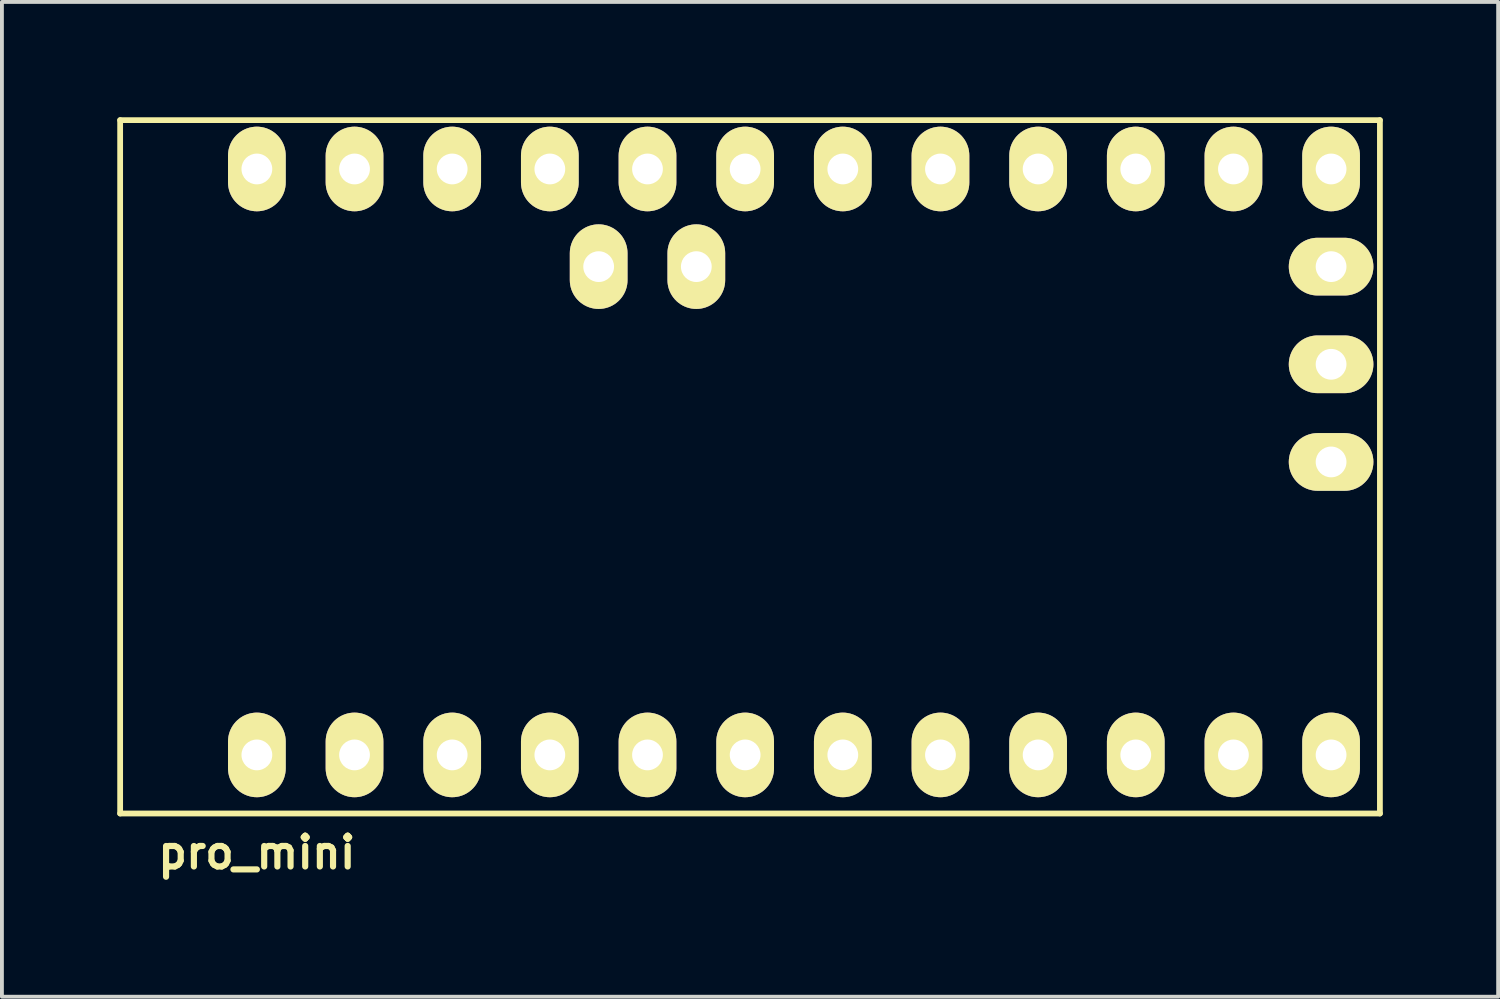
<source format=kicad_pcb>
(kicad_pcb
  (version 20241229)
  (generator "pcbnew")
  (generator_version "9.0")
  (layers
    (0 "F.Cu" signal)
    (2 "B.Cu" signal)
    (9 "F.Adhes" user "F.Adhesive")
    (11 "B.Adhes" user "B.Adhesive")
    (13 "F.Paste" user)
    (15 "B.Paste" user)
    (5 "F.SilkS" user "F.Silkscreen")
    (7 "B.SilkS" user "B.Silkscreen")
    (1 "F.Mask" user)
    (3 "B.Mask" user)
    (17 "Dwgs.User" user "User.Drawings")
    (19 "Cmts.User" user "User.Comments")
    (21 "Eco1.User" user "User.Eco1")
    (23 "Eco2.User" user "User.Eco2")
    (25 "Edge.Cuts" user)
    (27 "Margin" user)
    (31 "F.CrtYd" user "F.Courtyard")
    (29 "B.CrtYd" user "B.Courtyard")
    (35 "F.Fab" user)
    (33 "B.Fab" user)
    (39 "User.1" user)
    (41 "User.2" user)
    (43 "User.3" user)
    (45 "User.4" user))
  (footprint "pro_mini"
    (layer "F.Cu")
    (at 17.601 8.965)
    (property "Reference" "pro_mini" (at -13.97 10.16 0) (layer "F.SilkS") (effects (font (size 0.8 0.8) (thickness 0.16))))
    (attr through_hole)
    (fp_line (start -17.526 -8.89) (end -17.526 9.144) (stroke (width 0.15) (type solid)) (layer "F.SilkS"))
    (fp_line (start -17.526 -8.89) (end 15.24 -8.89) (stroke (width 0.15) (type solid)) (layer "F.SilkS"))
    (fp_line (start 15.24 9.144) (end -17.526 9.144) (stroke (width 0.15) (type solid)) (layer "F.SilkS"))
    (fp_line (start 15.24 9.144) (end 15.24 -8.89) (stroke (width 0.15) (type solid)) (layer "F.SilkS"))
    (pad "1" thru_hole oval (at -13.97 7.62) (size 1.501 2.2) (drill 0.8) (layers "*.Cu" "*.Mask" "F.SilkS"))
    (pad "2" thru_hole oval (at -11.43 7.62) (size 1.501 2.2) (drill 0.8) (layers "*.Cu" "*.Mask" "F.SilkS"))
    (pad "3" thru_hole oval (at -8.89 7.62) (size 1.501 2.2) (drill 0.8) (layers "*.Cu" "*.Mask" "F.SilkS"))
    (pad "4" thru_hole oval (at -6.35 7.62) (size 1.501 2.2) (drill 0.8) (layers "*.Cu" "*.Mask" "F.SilkS"))
    (pad "5" thru_hole oval (at -3.81 7.62) (size 1.501 2.2) (drill 0.8) (layers "*.Cu" "*.Mask" "F.SilkS"))
    (pad "6" thru_hole oval (at -1.27 7.62) (size 1.501 2.2) (drill 0.8) (layers "*.Cu" "*.Mask" "F.SilkS"))
    (pad "7" thru_hole oval (at 1.27 7.62) (size 1.501 2.2) (drill 0.8) (layers "*.Cu" "*.Mask" "F.SilkS"))
    (pad "8" thru_hole oval (at 3.81 7.62) (size 1.501 2.2) (drill 0.8) (layers "*.Cu" "*.Mask" "F.SilkS"))
    (pad "9" thru_hole oval (at 6.35 7.62) (size 1.501 2.2) (drill 0.8) (layers "*.Cu" "*.Mask" "F.SilkS"))
    (pad "10" thru_hole oval (at 8.89 7.62) (size 1.501 2.2) (drill 0.8) (layers "*.Cu" "*.Mask" "F.SilkS"))
    (pad "11" thru_hole oval (at 11.43 7.62) (size 1.501 2.2) (drill 0.8) (layers "*.Cu" "*.Mask" "F.SilkS"))
    (pad "12" thru_hole oval (at 13.97 7.62) (size 1.501 2.2) (drill 0.8) (layers "*.Cu" "*.Mask" "F.SilkS"))
    (pad "13" thru_hole oval (at 13.97 -7.62) (size 1.501 2.2) (drill 0.8) (layers "*.Cu" "*.Mask" "F.SilkS"))
    (pad "14" thru_hole oval (at 11.43 -7.62) (size 1.501 2.2) (drill 0.8) (layers "*.Cu" "*.Mask" "F.SilkS"))
    (pad "15" thru_hole oval (at 8.89 -7.62) (size 1.501 2.2) (drill 0.8) (layers "*.Cu" "*.Mask" "F.SilkS"))
    (pad "16" thru_hole oval (at 6.35 -7.62) (size 1.501 2.2) (drill 0.8) (layers "*.Cu" "*.Mask" "F.SilkS"))
    (pad "17" thru_hole oval (at 3.81 -7.62) (size 1.501 2.2) (drill 0.8) (layers "*.Cu" "*.Mask" "F.SilkS"))
    (pad "18" thru_hole oval (at 1.27 -7.62) (size 1.501 2.2) (drill 0.8) (layers "*.Cu" "*.Mask" "F.SilkS"))
    (pad "19" thru_hole oval (at -1.27 -7.62) (size 1.501 2.2) (drill 0.8) (layers "*.Cu" "*.Mask" "F.SilkS"))
    (pad "20" thru_hole oval (at -3.81 -7.62) (size 1.501 2.2) (drill 0.8) (layers "*.Cu" "*.Mask" "F.SilkS"))
    (pad "21" thru_hole oval (at -6.35 -7.62) (size 1.501 2.2) (drill 0.8) (layers "*.Cu" "*.Mask" "F.SilkS"))
    (pad "22" thru_hole oval (at -8.89 -7.62) (size 1.501 2.2) (drill 0.8) (layers "*.Cu" "*.Mask" "F.SilkS"))
    (pad "23" thru_hole oval (at -11.43 -7.62) (size 1.501 2.2) (drill 0.8) (layers "*.Cu" "*.Mask" "F.SilkS"))
    (pad "24" thru_hole oval (at -13.97 -7.62) (size 1.501 2.2) (drill 0.8) (layers "*.Cu" "*.Mask" "F.SilkS"))
    (pad "25" thru_hole oval (at -2.54 -5.08) (size 1.501 2.2) (drill 0.8) (layers "*.Cu" "*.Mask" "F.SilkS"))
    (pad "26" thru_hole oval (at -5.08 -5.08) (size 1.501 2.2) (drill 0.8) (layers "*.Cu" "*.Mask" "F.SilkS"))
    (pad "27" thru_hole oval (at 13.97 -5.08) (size 2.2 1.501) (drill 0.8) (layers "*.Cu" "*.Mask" "F.SilkS"))
    (pad "28" thru_hole oval (at 13.97 -2.54) (size 2.2 1.501) (drill 0.8) (layers "*.Cu" "*.Mask" "F.SilkS"))
    (pad "29" thru_hole oval (at 13.97 0) (size 2.2 1.501) (drill 0.8) (layers "*.Cu" "*.Mask" "F.SilkS")))
  (gr_rect
    (start -3 -3)
    (end 35.916 22.874)
    (stroke (width 0.1) (type default))
    (fill no)
    (layer "Edge.Cuts")))
</source>
